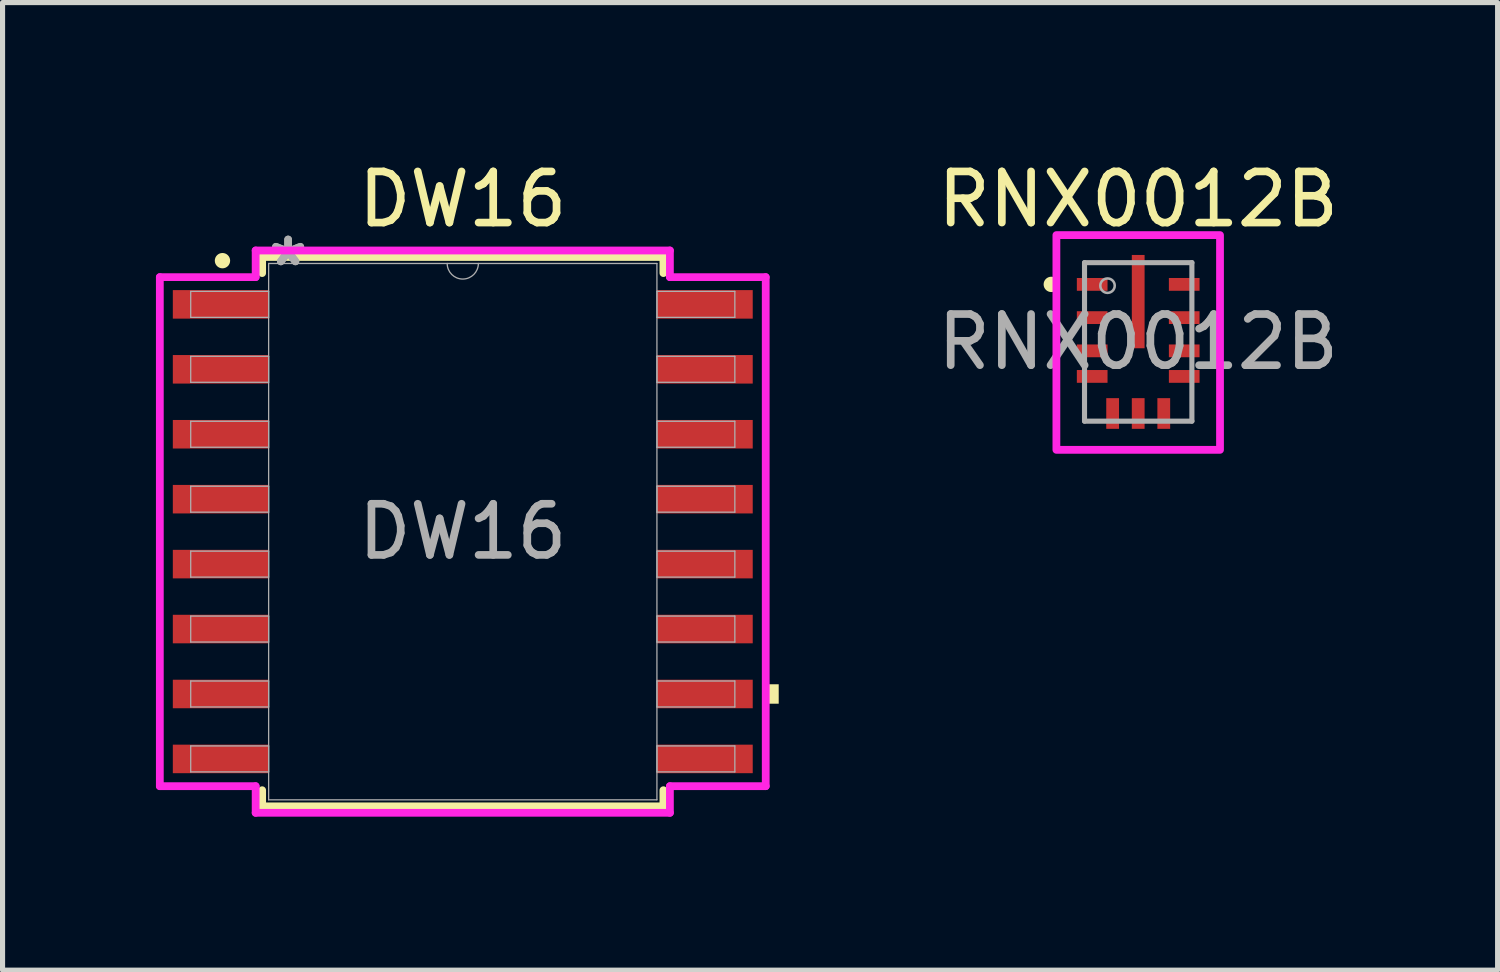
<source format=kicad_pcb>
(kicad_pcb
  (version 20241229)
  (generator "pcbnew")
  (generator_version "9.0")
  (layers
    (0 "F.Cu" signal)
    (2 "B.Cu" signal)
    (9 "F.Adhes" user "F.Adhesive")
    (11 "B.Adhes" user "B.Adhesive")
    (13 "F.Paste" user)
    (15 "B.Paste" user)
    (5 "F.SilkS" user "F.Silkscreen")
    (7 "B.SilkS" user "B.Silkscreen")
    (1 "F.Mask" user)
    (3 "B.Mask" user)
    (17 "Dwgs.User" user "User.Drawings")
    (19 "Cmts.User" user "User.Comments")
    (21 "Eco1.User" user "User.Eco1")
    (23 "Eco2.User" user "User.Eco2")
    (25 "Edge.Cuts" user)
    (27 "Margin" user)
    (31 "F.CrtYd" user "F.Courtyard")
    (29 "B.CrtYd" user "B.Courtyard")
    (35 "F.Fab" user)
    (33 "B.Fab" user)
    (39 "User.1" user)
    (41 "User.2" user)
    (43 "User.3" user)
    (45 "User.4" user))
  (footprint "DW16"
    (layer "F.Cu")
    (at 6.001 7.348)
    (property "Reference" "DW16" (at 0 -6.5 0) (unlocked yes) (layer "F.SilkS") (effects (font (size 1 1) (thickness 0.15))))
    (attr smd)
    (fp_line (start -3.924 -5.372) (end -3.924 -5.057) (stroke (width 0.152) (type solid)) (layer "F.SilkS"))
    (fp_line (start -3.924 5.057) (end -3.924 5.372) (stroke (width 0.152) (type solid)) (layer "F.SilkS"))
    (fp_line (start -3.924 5.372) (end 3.924 5.372) (stroke (width 0.152) (type solid)) (layer "F.SilkS"))
    (fp_line (start 3.924 -5.372) (end -3.924 -5.372) (stroke (width 0.152) (type solid)) (layer "F.SilkS"))
    (fp_line (start 3.924 -5.057) (end 3.924 -5.372) (stroke (width 0.152) (type solid)) (layer "F.SilkS"))
    (fp_line (start 3.924 5.372) (end 3.924 5.057) (stroke (width 0.152) (type solid)) (layer "F.SilkS"))
    (fp_circle (center -4.7 -5.3) (end -4.6 -5.3) (stroke (width 0.1) (type solid)) (fill yes) (layer "F.SilkS"))
    (fp_poly (pts (xy 6.179 2.985) (xy 6.179 3.365) (xy 5.925 3.365) (xy 5.925 2.985)) (stroke (width 0) (type solid)) (fill yes) (layer "F.SilkS"))
    (fp_line (start -5.925 -4.978) (end -4.051 -4.978) (stroke (width 0.152) (type solid)) (layer "F.CrtYd"))
    (fp_line (start -5.925 4.978) (end -5.925 -4.978) (stroke (width 0.152) (type solid)) (layer "F.CrtYd"))
    (fp_line (start -5.925 4.978) (end -4.051 4.978) (stroke (width 0.152) (type solid)) (layer "F.CrtYd"))
    (fp_line (start -4.051 -5.499) (end 4.051 -5.499) (stroke (width 0.152) (type solid)) (layer "F.CrtYd"))
    (fp_line (start -4.051 -4.978) (end -4.051 -5.499) (stroke (width 0.152) (type solid)) (layer "F.CrtYd"))
    (fp_line (start -4.051 5.499) (end -4.051 4.978) (stroke (width 0.152) (type solid)) (layer "F.CrtYd"))
    (fp_line (start 4.051 -5.499) (end 4.051 -4.978) (stroke (width 0.152) (type solid)) (layer "F.CrtYd"))
    (fp_line (start 4.051 4.978) (end 4.051 5.499) (stroke (width 0.152) (type solid)) (layer "F.CrtYd"))
    (fp_line (start 4.051 5.499) (end -4.051 5.499) (stroke (width 0.152) (type solid)) (layer "F.CrtYd"))
    (fp_line (start 5.925 -4.978) (end 4.051 -4.978) (stroke (width 0.152) (type solid)) (layer "F.CrtYd"))
    (fp_line (start 5.925 -4.978) (end 5.925 4.978) (stroke (width 0.152) (type solid)) (layer "F.CrtYd"))
    (fp_line (start 5.925 4.978) (end 4.051 4.978) (stroke (width 0.152) (type solid)) (layer "F.CrtYd"))
    (fp_line (start -5.321 -4.699) (end -5.321 -4.191) (stroke (width 0.025) (type solid)) (layer "F.Fab"))
    (fp_line (start -5.321 -4.191) (end -3.797 -4.191) (stroke (width 0.025) (type solid)) (layer "F.Fab"))
    (fp_line (start -5.321 -3.429) (end -5.321 -2.921) (stroke (width 0.025) (type solid)) (layer "F.Fab"))
    (fp_line (start -5.321 -2.921) (end -3.797 -2.921) (stroke (width 0.025) (type solid)) (layer "F.Fab"))
    (fp_line (start -5.321 -2.159) (end -5.321 -1.651) (stroke (width 0.025) (type solid)) (layer "F.Fab"))
    (fp_line (start -5.321 -1.651) (end -3.797 -1.651) (stroke (width 0.025) (type solid)) (layer "F.Fab"))
    (fp_line (start -5.321 -0.889) (end -5.321 -0.381) (stroke (width 0.025) (type solid)) (layer "F.Fab"))
    (fp_line (start -5.321 -0.381) (end -3.797 -0.381) (stroke (width 0.025) (type solid)) (layer "F.Fab"))
    (fp_line (start -5.321 0.381) (end -5.321 0.889) (stroke (width 0.025) (type solid)) (layer "F.Fab"))
    (fp_line (start -5.321 0.889) (end -3.797 0.889) (stroke (width 0.025) (type solid)) (layer "F.Fab"))
    (fp_line (start -5.321 1.651) (end -5.321 2.159) (stroke (width 0.025) (type solid)) (layer "F.Fab"))
    (fp_line (start -5.321 2.159) (end -3.797 2.159) (stroke (width 0.025) (type solid)) (layer "F.Fab"))
    (fp_line (start -5.321 2.921) (end -5.321 3.429) (stroke (width 0.025) (type solid)) (layer "F.Fab"))
    (fp_line (start -5.321 3.429) (end -3.797 3.429) (stroke (width 0.025) (type solid)) (layer "F.Fab"))
    (fp_line (start -5.321 4.191) (end -5.321 4.699) (stroke (width 0.025) (type solid)) (layer "F.Fab"))
    (fp_line (start -5.321 4.699) (end -3.797 4.699) (stroke (width 0.025) (type solid)) (layer "F.Fab"))
    (fp_line (start -3.797 -5.245) (end -3.797 5.245) (stroke (width 0.025) (type solid)) (layer "F.Fab"))
    (fp_line (start -3.797 -4.699) (end -5.321 -4.699) (stroke (width 0.025) (type solid)) (layer "F.Fab"))
    (fp_line (start -3.797 -4.191) (end -3.797 -4.699) (stroke (width 0.025) (type solid)) (layer "F.Fab"))
    (fp_line (start -3.797 -3.429) (end -5.321 -3.429) (stroke (width 0.025) (type solid)) (layer "F.Fab"))
    (fp_line (start -3.797 -2.921) (end -3.797 -3.429) (stroke (width 0.025) (type solid)) (layer "F.Fab"))
    (fp_line (start -3.797 -2.159) (end -5.321 -2.159) (stroke (width 0.025) (type solid)) (layer "F.Fab"))
    (fp_line (start -3.797 -1.651) (end -3.797 -2.159) (stroke (width 0.025) (type solid)) (layer "F.Fab"))
    (fp_line (start -3.797 -0.889) (end -5.321 -0.889) (stroke (width 0.025) (type solid)) (layer "F.Fab"))
    (fp_line (start -3.797 -0.381) (end -3.797 -0.889) (stroke (width 0.025) (type solid)) (layer "F.Fab"))
    (fp_line (start -3.797 0.381) (end -5.321 0.381) (stroke (width 0.025) (type solid)) (layer "F.Fab"))
    (fp_line (start -3.797 0.889) (end -3.797 0.381) (stroke (width 0.025) (type solid)) (layer "F.Fab"))
    (fp_line (start -3.797 1.651) (end -5.321 1.651) (stroke (width 0.025) (type solid)) (layer "F.Fab"))
    (fp_line (start -3.797 2.159) (end -3.797 1.651) (stroke (width 0.025) (type solid)) (layer "F.Fab"))
    (fp_line (start -3.797 2.921) (end -5.321 2.921) (stroke (width 0.025) (type solid)) (layer "F.Fab"))
    (fp_line (start -3.797 3.429) (end -3.797 2.921) (stroke (width 0.025) (type solid)) (layer "F.Fab"))
    (fp_line (start -3.797 4.191) (end -5.321 4.191) (stroke (width 0.025) (type solid)) (layer "F.Fab"))
    (fp_line (start -3.797 4.699) (end -3.797 4.191) (stroke (width 0.025) (type solid)) (layer "F.Fab"))
    (fp_line (start -3.797 5.245) (end 3.797 5.245) (stroke (width 0.025) (type solid)) (layer "F.Fab"))
    (fp_line (start 3.797 -5.245) (end -3.797 -5.245) (stroke (width 0.025) (type solid)) (layer "F.Fab"))
    (fp_line (start 3.797 -4.699) (end 3.797 -4.191) (stroke (width 0.025) (type solid)) (layer "F.Fab"))
    (fp_line (start 3.797 -4.191) (end 5.321 -4.191) (stroke (width 0.025) (type solid)) (layer "F.Fab"))
    (fp_line (start 3.797 -3.429) (end 3.797 -2.921) (stroke (width 0.025) (type solid)) (layer "F.Fab"))
    (fp_line (start 3.797 -2.921) (end 5.321 -2.921) (stroke (width 0.025) (type solid)) (layer "F.Fab"))
    (fp_line (start 3.797 -2.159) (end 3.797 -1.651) (stroke (width 0.025) (type solid)) (layer "F.Fab"))
    (fp_line (start 3.797 -1.651) (end 5.321 -1.651) (stroke (width 0.025) (type solid)) (layer "F.Fab"))
    (fp_line (start 3.797 -0.889) (end 3.797 -0.381) (stroke (width 0.025) (type solid)) (layer "F.Fab"))
    (fp_line (start 3.797 -0.381) (end 5.321 -0.381) (stroke (width 0.025) (type solid)) (layer "F.Fab"))
    (fp_line (start 3.797 0.381) (end 3.797 0.889) (stroke (width 0.025) (type solid)) (layer "F.Fab"))
    (fp_line (start 3.797 0.889) (end 5.321 0.889) (stroke (width 0.025) (type solid)) (layer "F.Fab"))
    (fp_line (start 3.797 1.651) (end 3.797 2.159) (stroke (width 0.025) (type solid)) (layer "F.Fab"))
    (fp_line (start 3.797 2.159) (end 5.321 2.159) (stroke (width 0.025) (type solid)) (layer "F.Fab"))
    (fp_line (start 3.797 2.921) (end 3.797 3.429) (stroke (width 0.025) (type solid)) (layer "F.Fab"))
    (fp_line (start 3.797 3.429) (end 5.321 3.429) (stroke (width 0.025) (type solid)) (layer "F.Fab"))
    (fp_line (start 3.797 4.191) (end 3.797 4.699) (stroke (width 0.025) (type solid)) (layer "F.Fab"))
    (fp_line (start 3.797 4.699) (end 5.321 4.699) (stroke (width 0.025) (type solid)) (layer "F.Fab"))
    (fp_line (start 3.797 5.245) (end 3.797 -5.245) (stroke (width 0.025) (type solid)) (layer "F.Fab"))
    (fp_line (start 5.321 -4.699) (end 3.797 -4.699) (stroke (width 0.025) (type solid)) (layer "F.Fab"))
    (fp_line (start 5.321 -4.191) (end 5.321 -4.699) (stroke (width 0.025) (type solid)) (layer "F.Fab"))
    (fp_line (start 5.321 -3.429) (end 3.797 -3.429) (stroke (width 0.025) (type solid)) (layer "F.Fab"))
    (fp_line (start 5.321 -2.921) (end 5.321 -3.429) (stroke (width 0.025) (type solid)) (layer "F.Fab"))
    (fp_line (start 5.321 -2.159) (end 3.797 -2.159) (stroke (width 0.025) (type solid)) (layer "F.Fab"))
    (fp_line (start 5.321 -1.651) (end 5.321 -2.159) (stroke (width 0.025) (type solid)) (layer "F.Fab"))
    (fp_line (start 5.321 -0.889) (end 3.797 -0.889) (stroke (width 0.025) (type solid)) (layer "F.Fab"))
    (fp_line (start 5.321 -0.381) (end 5.321 -0.889) (stroke (width 0.025) (type solid)) (layer "F.Fab"))
    (fp_line (start 5.321 0.381) (end 3.797 0.381) (stroke (width 0.025) (type solid)) (layer "F.Fab"))
    (fp_line (start 5.321 0.889) (end 5.321 0.381) (stroke (width 0.025) (type solid)) (layer "F.Fab"))
    (fp_line (start 5.321 1.651) (end 3.797 1.651) (stroke (width 0.025) (type solid)) (layer "F.Fab"))
    (fp_line (start 5.321 2.159) (end 5.321 1.651) (stroke (width 0.025) (type solid)) (layer "F.Fab"))
    (fp_line (start 5.321 2.921) (end 3.797 2.921) (stroke (width 0.025) (type solid)) (layer "F.Fab"))
    (fp_line (start 5.321 3.429) (end 5.321 2.921) (stroke (width 0.025) (type solid)) (layer "F.Fab"))
    (fp_line (start 5.321 4.191) (end 3.797 4.191) (stroke (width 0.025) (type solid)) (layer "F.Fab"))
    (fp_line (start 5.321 4.699) (end 5.321 4.191) (stroke (width 0.025) (type solid)) (layer "F.Fab"))
    (fp_arc (start 0.3048 -5.2451) (mid 0 -4.9403) (end -0.3048 -5.2451) (stroke (width 0.0254) (type solid)) (layer "F.Fab"))
    (fp_text user "*" (at -3.416 -5.169 0) (layer "F.Fab") (effects (font (size 1 1) (thickness 0.15))))
    (fp_text user "*" (at -3.416 -5.169 0) (unlocked yes) (layer "F.Fab") (effects (font (size 1 1) (thickness 0.15))))
    (fp_text user "${REFERENCE}" (at 0 0 0) (unlocked yes) (layer "F.Fab") (effects (font (size 1 1) (thickness 0.15))))
    (pad "1" smd rect (at -4.734 -4.445) (size 1.874 0.558) (layers "F.Cu" "F.Mask" "F.Paste"))
    (pad "2" smd rect (at -4.734 -3.175) (size 1.874 0.558) (layers "F.Cu" "F.Mask" "F.Paste"))
    (pad "3" smd rect (at -4.734 -1.905) (size 1.874 0.558) (layers "F.Cu" "F.Mask" "F.Paste"))
    (pad "4" smd rect (at -4.734 -0.635) (size 1.874 0.558) (layers "F.Cu" "F.Mask" "F.Paste"))
    (pad "5" smd rect (at -4.734 0.635) (size 1.874 0.558) (layers "F.Cu" "F.Mask" "F.Paste"))
    (pad "6" smd rect (at -4.734 1.905) (size 1.874 0.558) (layers "F.Cu" "F.Mask" "F.Paste"))
    (pad "7" smd rect (at -4.734 3.175) (size 1.874 0.558) (layers "F.Cu" "F.Mask" "F.Paste"))
    (pad "8" smd rect (at -4.734 4.445) (size 1.874 0.558) (layers "F.Cu" "F.Mask" "F.Paste"))
    (pad "9" smd rect (at 4.734 4.445) (size 1.874 0.558) (layers "F.Cu" "F.Mask" "F.Paste"))
    (pad "10" smd rect (at 4.734 3.175) (size 1.874 0.558) (layers "F.Cu" "F.Mask" "F.Paste"))
    (pad "11" smd rect (at 4.734 1.905) (size 1.874 0.558) (layers "F.Cu" "F.Mask" "F.Paste"))
    (pad "12" smd rect (at 4.734 0.635) (size 1.874 0.558) (layers "F.Cu" "F.Mask" "F.Paste"))
    (pad "13" smd rect (at 4.734 -0.635) (size 1.874 0.558) (layers "F.Cu" "F.Mask" "F.Paste"))
    (pad "14" smd rect (at 4.734 -1.905) (size 1.874 0.558) (layers "F.Cu" "F.Mask" "F.Paste"))
    (pad "15" smd rect (at 4.734 -3.175) (size 1.874 0.558) (layers "F.Cu" "F.Mask" "F.Paste"))
    (pad "16" smd rect (at 4.734 -4.445) (size 1.874 0.558) (layers "F.Cu" "F.Mask" "F.Paste")))
  (footprint "RNX0012B"
    (layer "F.Cu")
    (at 19.211 3.548)
    (property "Reference" "RNX0012B" (at 0 -2.7 0) (unlocked yes) (layer "F.SilkS") (effects (font (size 1 1) (thickness 0.15))))
    (attr smd)
    (fp_circle (center -1.7 -1.036) (end -1.6 -1.036) (stroke (width 0.1) (type solid)) (fill yes) (layer "F.SilkS"))
    (fp_poly (pts (xy -0.125 -0.85) (xy -0.125 -1.562) (xy -0.124 -1.572) (xy -0.121 -1.581) (xy -0.117 -1.59) (xy -0.11 -1.597) (xy -0.103 -1.604) (xy -0.094 -1.608) (xy -0.085 -1.611) (xy -0.075 -1.612) (xy 0.075 -1.612) (xy 0.085 -1.611) (xy 0.094 -1.608) (xy 0.103 -1.604) (xy 0.11 -1.597) (xy 0.117 -1.59) (xy 0.121 -1.581) (xy 0.124 -1.572) (xy 0.125 -1.562) (xy 0.125 -0.85) (xy 0.124 -0.84) (xy 0.121 -0.831) (xy 0.117 -0.822) (xy 0.11 -0.815) (xy 0.103 -0.808) (xy 0.094 -0.804) (xy 0.085 -0.801) (xy 0.075 -0.8) (xy -0.075 -0.8) (xy -0.085 -0.801) (xy -0.094 -0.804) (xy -0.103 -0.808) (xy -0.11 -0.815) (xy -0.117 -0.822) (xy -0.121 -0.831) (xy -0.124 -0.84)) (stroke (width 0) (type solid)) (fill yes) (layer "F.Paste"))
    (fp_poly (pts (xy -0.125 0.165) (xy -0.125 -0.547) (xy -0.124 -0.557) (xy -0.121 -0.566) (xy -0.117 -0.575) (xy -0.11 -0.582) (xy -0.103 -0.589) (xy -0.094 -0.593) (xy -0.085 -0.596) (xy -0.075 -0.597) (xy 0.075 -0.597) (xy 0.085 -0.596) (xy 0.094 -0.593) (xy 0.103 -0.589) (xy 0.11 -0.582) (xy 0.117 -0.575) (xy 0.121 -0.566) (xy 0.124 -0.557) (xy 0.125 -0.547) (xy 0.125 0.165) (xy 0.124 0.175) (xy 0.121 0.184) (xy 0.117 0.193) (xy 0.11 0.2) (xy 0.103 0.207) (xy 0.094 0.211) (xy 0.085 0.214) (xy 0.075 0.215) (xy -0.075 0.215) (xy -0.085 0.214) (xy -0.094 0.211) (xy -0.103 0.207) (xy -0.11 0.2) (xy -0.117 0.193) (xy -0.121 0.184) (xy -0.124 0.175)) (stroke (width 0) (type solid)) (fill yes) (layer "F.Paste"))
    (fp_rect (start -1.6 -2) (end 1.6 2.2) (stroke (width 0.152) (type solid)) (fill no) (layer "F.CrtYd"))
    (fp_line (start -1.05 -1.461) (end 1.05 -1.461) (stroke (width 0.1) (type solid)) (layer "F.Fab"))
    (fp_line (start -1.05 1.639) (end -1.05 -1.461) (stroke (width 0.1) (type solid)) (layer "F.Fab"))
    (fp_line (start -1.05 1.639) (end 1.05 1.639) (stroke (width 0.1) (type solid)) (layer "F.Fab"))
    (fp_line (start 1.05 1.639) (end 1.05 -1.461) (stroke (width 0.1) (type solid)) (layer "F.Fab"))
    (fp_circle (center -0.6 -1.011) (end -0.459 -1.011) (stroke (width 0.05) (type solid)) (fill no) (layer "F.Fab"))
    (fp_text user "${REFERENCE}" (at 0 0.089 0) (unlocked yes) (layer "F.Fab") (effects (font (size 1 1) (thickness 0.15))))
    (pad "1" smd rect (at -0.9 -1.036) (size 0.6 0.25) (layers "F.Cu" "F.Mask" "F.Paste"))
    (pad "2" smd rect (at -0.9 -0.386) (size 0.6 0.25) (layers "F.Cu" "F.Mask" "F.Paste"))
    (pad "3" smd rect (at -0.9 0.264) (size 0.6 0.25) (layers "F.Cu" "F.Mask" "F.Paste"))
    (pad "4" smd rect (at -0.9 0.764) (size 0.6 0.25) (layers "F.Cu" "F.Mask" "F.Paste"))
    (pad "5" smd rect (at -0.5 1.489 90) (size 0.6 0.25) (layers "F.Cu" "F.Mask" "F.Paste"))
    (pad "6" smd rect (at 0 1.489 90) (size 0.6 0.25) (layers "F.Cu" "F.Mask" "F.Paste"))
    (pad "7" smd rect (at 0.5 1.489 90) (size 0.6 0.25) (layers "F.Cu" "F.Mask" "F.Paste"))
    (pad "8" smd rect (at 0.9 0.764) (size 0.6 0.25) (layers "F.Cu" "F.Mask" "F.Paste"))
    (pad "9" smd rect (at 0.9 0.264) (size 0.6 0.25) (layers "F.Cu" "F.Mask" "F.Paste"))
    (pad "10" smd rect (at 0.9 -0.386) (size 0.6 0.25) (layers "F.Cu" "F.Mask" "F.Paste"))
    (pad "11" smd rect (at 0.9 -1.036) (size 0.6 0.25) (layers "F.Cu" "F.Mask" "F.Paste"))
    (pad "12" smd rect (at 0 -0.699 90) (size 1.825 0.25) (layers "F.Cu" "F.Mask")))
  (gr_rect
    (start -3 -3)
    (end 26.24 15.924)
    (stroke (width 0.1) (type default))
    (fill no)
    (layer "Edge.Cuts")))
</source>
